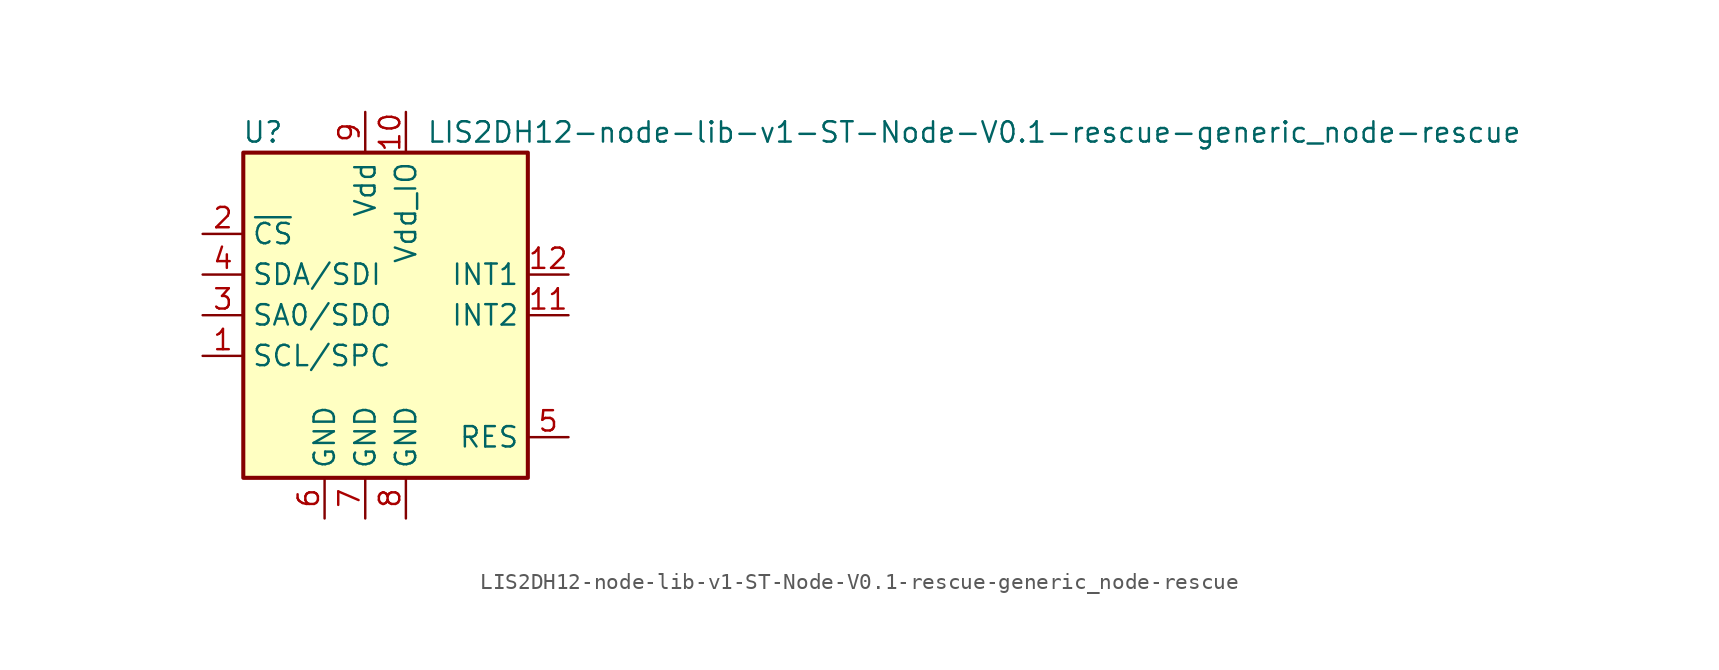
<source format=kicad_sym>
(kicad_symbol_lib
  (version 20211014)
  (generator kicad_symbol_editor)
  (symbol "LIS2DH12-node-lib-v1-ST-Node-V0.1-rescue-generic_node-rescue"
    (property "Reference" "U"
      (at -5.08 11.43 0)
      (effects (font (size 1.27 1.27)) (justify right)))
    (property "Value" "LIS2DH12-node-lib-v1-ST-Node-V0.1-rescue-generic_node-rescue"
      (at 3.81 11.43 0)
      (effects (font (size 1.27 1.27)) (justify left)))
    (symbol "LIS2DH12-node-lib-v1-ST-Node-V0.1-rescue-generic_node-rescue_0_1"
      (rectangle (start -7.62 10.16) (end 10.16 -10.16) (stroke (width 0.254) (type default) (color 0 0 0 0)) (fill (type background))))
    (symbol "LIS2DH12-node-lib-v1-ST-Node-V0.1-rescue-generic_node-rescue_1_1"
      (pin input line (at -10.16 -2.54 0) (length 2.54) (name "SCL/SPC" (effects (font (size 1.27 1.27)))) (number "1" (effects (font (size 1.27 1.27)))))
      (pin power_in line (at 2.54 12.7 270) (length 2.54) (name "Vdd_IO" (effects (font (size 1.27 1.27)))) (number "10" (effects (font (size 1.27 1.27)))))
      (pin output line (at 12.7 0 180) (length 2.54) (name "INT2" (effects (font (size 1.27 1.27)))) (number "11" (effects (font (size 1.27 1.27)))))
      (pin output line (at 12.7 2.54 180) (length 2.54) (name "INT1" (effects (font (size 1.27 1.27)))) (number "12" (effects (font (size 1.27 1.27)))))
      (pin input line (at -10.16 5.08 0) (length 2.54) (name "~{CS}" (effects (font (size 1.27 1.27)))) (number "2" (effects (font (size 1.27 1.27)))))
      (pin input line (at -10.16 0 0) (length 2.54) (name "SA0/SDO" (effects (font (size 1.27 1.27)))) (number "3" (effects (font (size 1.27 1.27)))))
      (pin bidirectional line (at -10.16 2.54 0) (length 2.54) (name "SDA/SDI" (effects (font (size 1.27 1.27)))) (number "4" (effects (font (size 1.27 1.27)))))
      (pin passive line (at 12.7 -7.62 180) (length 2.54) (name "RES" (effects (font (size 1.27 1.27)))) (number "5" (effects (font (size 1.27 1.27)))))
      (pin power_in line (at -2.54 -12.7 90) (length 2.54) (name "GND" (effects (font (size 1.27 1.27)))) (number "6" (effects (font (size 1.27 1.27)))))
      (pin power_in line (at 0 -12.7 90) (length 2.54) (name "GND" (effects (font (size 1.27 1.27)))) (number "7" (effects (font (size 1.27 1.27)))))
      (pin power_in line (at 2.54 -12.7 90) (length 2.54) (name "GND" (effects (font (size 1.27 1.27)))) (number "8" (effects (font (size 1.27 1.27)))))
      (pin power_in line (at 0 12.7 270) (length 2.54) (name "Vdd" (effects (font (size 1.27 1.27)))) (number "9" (effects (font (size 1.27 1.27))))))))
</source>
